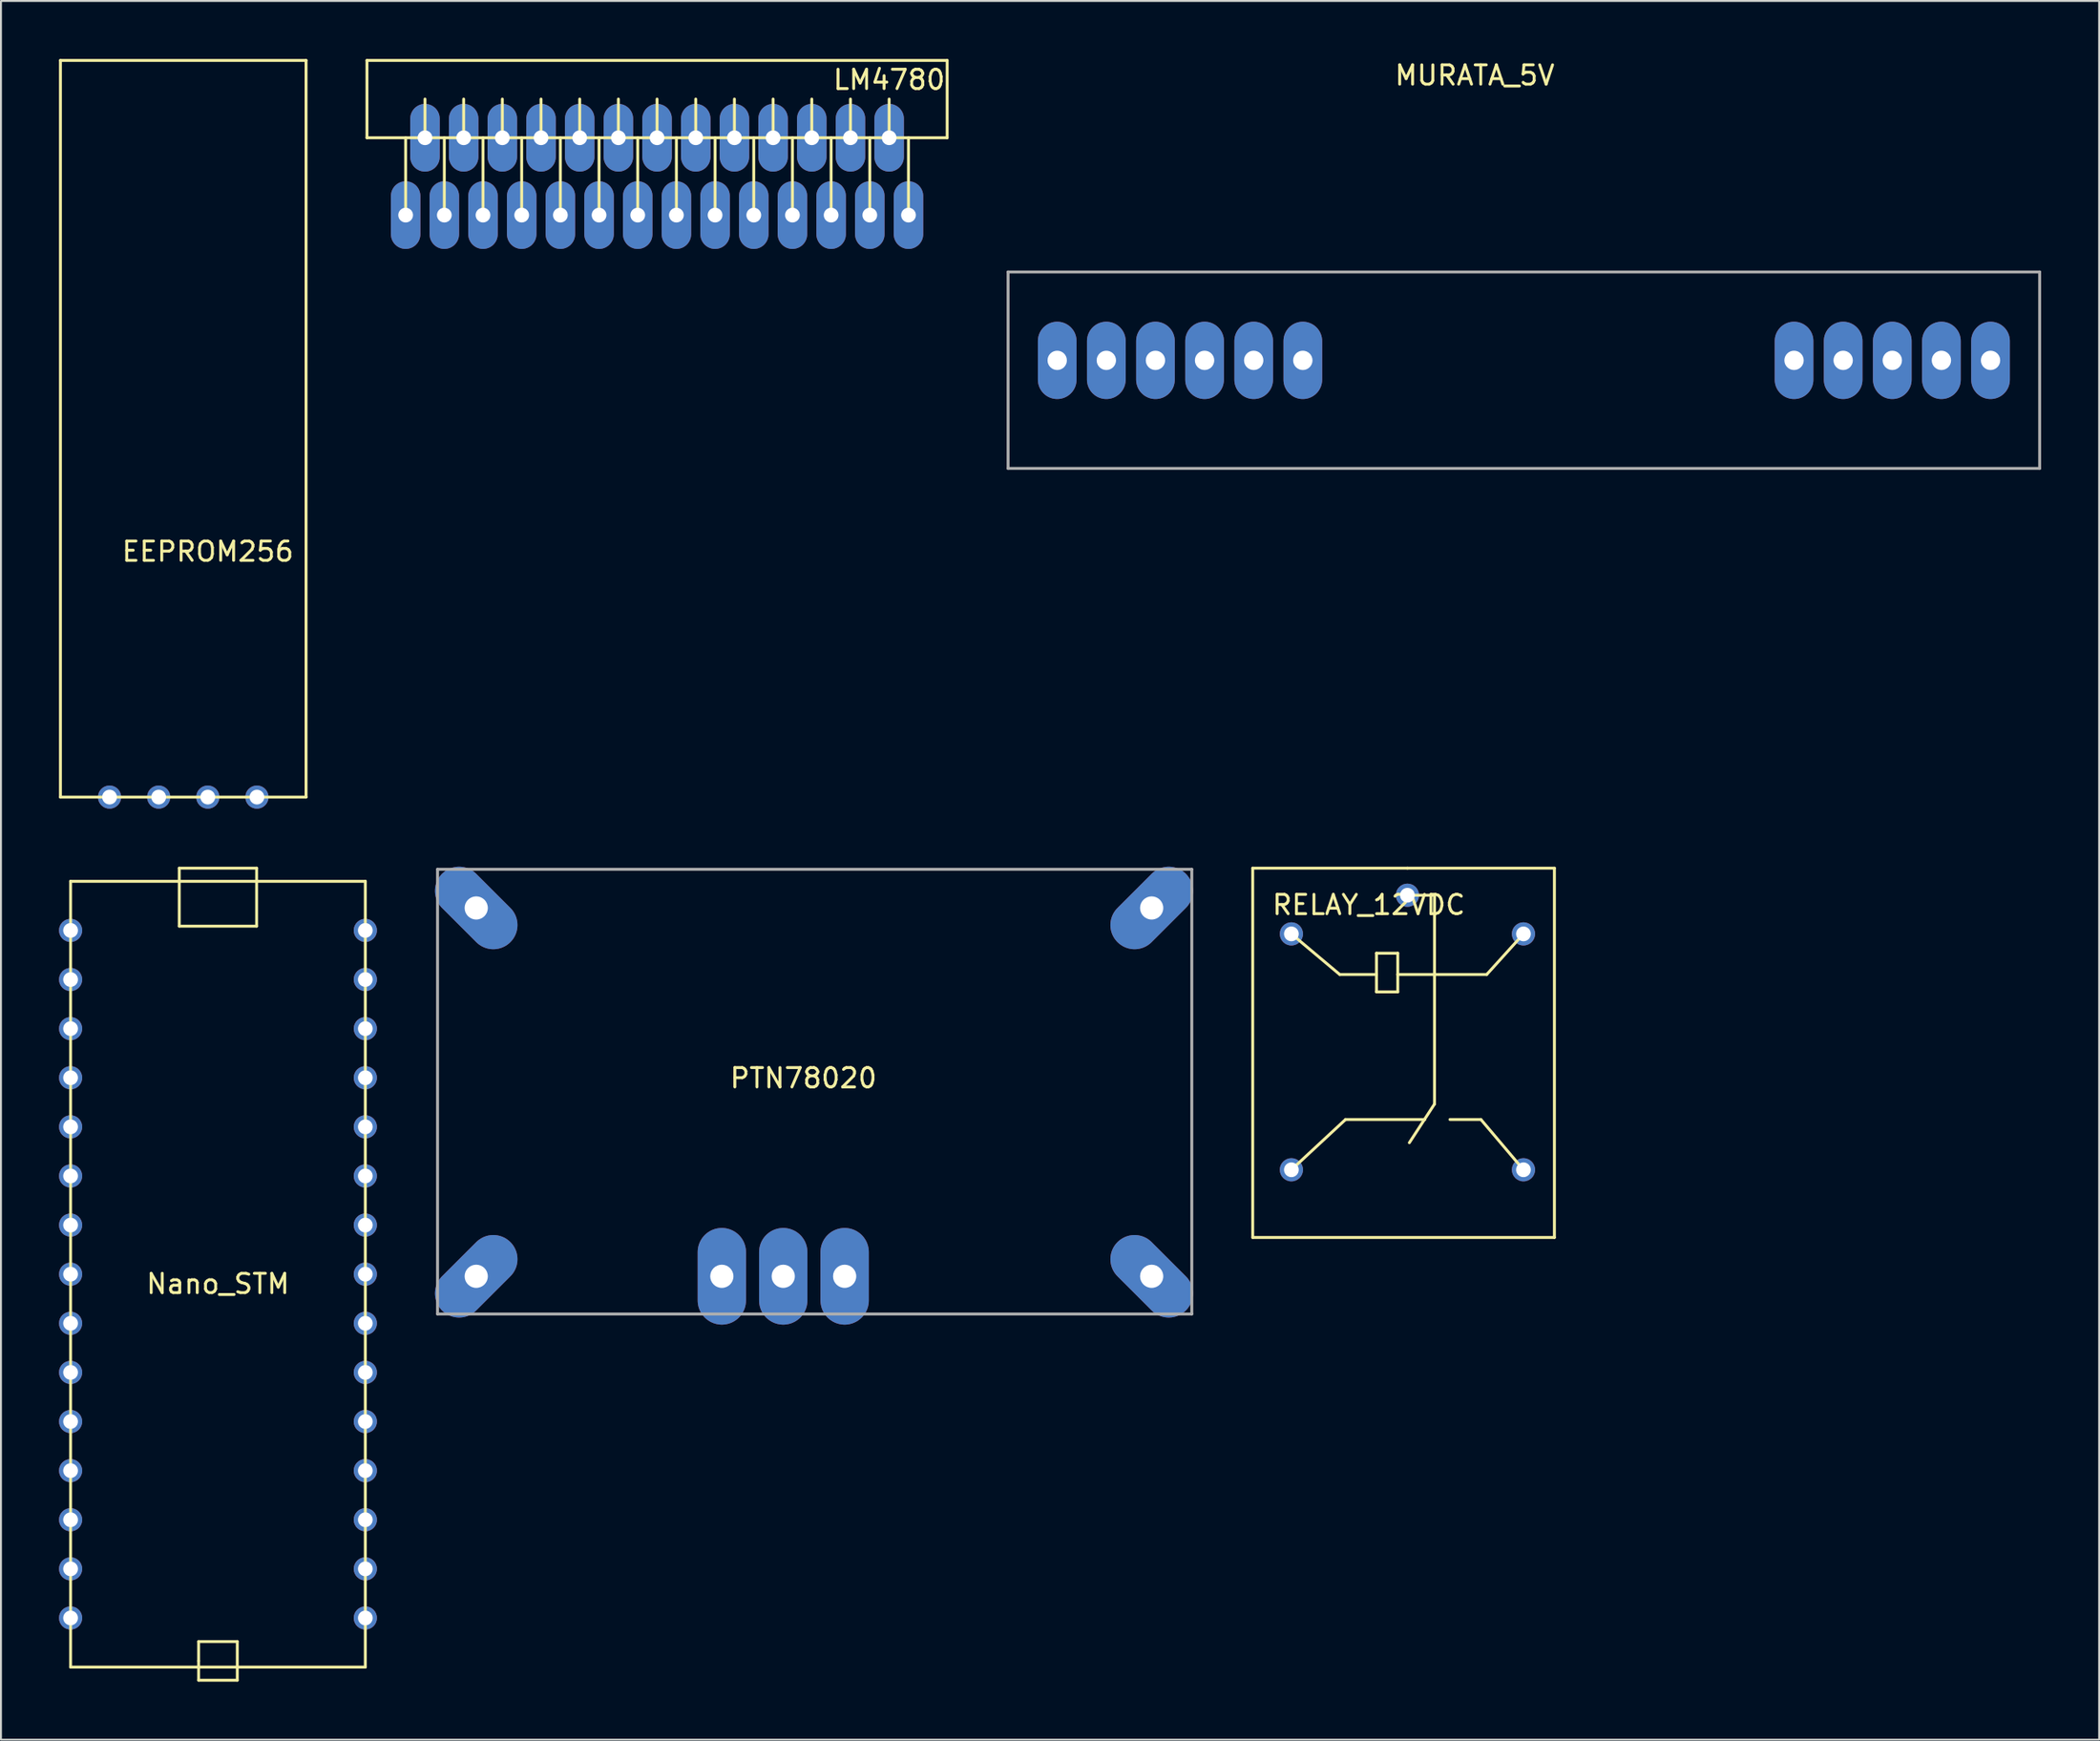
<source format=kicad_pcb>
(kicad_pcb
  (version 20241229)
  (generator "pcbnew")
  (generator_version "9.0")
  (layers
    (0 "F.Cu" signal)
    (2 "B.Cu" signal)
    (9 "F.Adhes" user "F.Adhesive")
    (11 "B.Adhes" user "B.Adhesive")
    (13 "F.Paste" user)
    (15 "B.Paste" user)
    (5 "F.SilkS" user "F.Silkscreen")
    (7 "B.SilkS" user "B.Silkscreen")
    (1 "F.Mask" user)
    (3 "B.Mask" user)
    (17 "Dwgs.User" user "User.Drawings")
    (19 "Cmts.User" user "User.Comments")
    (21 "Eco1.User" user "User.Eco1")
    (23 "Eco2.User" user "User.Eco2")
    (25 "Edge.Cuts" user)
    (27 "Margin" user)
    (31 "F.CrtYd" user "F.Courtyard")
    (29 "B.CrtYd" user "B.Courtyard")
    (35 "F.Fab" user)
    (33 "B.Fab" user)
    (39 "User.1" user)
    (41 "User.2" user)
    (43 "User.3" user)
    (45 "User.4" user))
  (footprint "RELAY_12VDC"
    (layer "F.Cu")
    (at 67.724 43.25)
    (property "Reference" "RELAY_12VDC" (at 0 0.5 0) (layer "F.SilkS") (effects (font (size 1 1) (thickness 0.15))))
    (attr through_hole)
    (fp_line (start -6 -1.4) (end 2 -1.4) (stroke (width 0.15) (type solid)) (layer "F.SilkS"))
    (fp_line (start -6 17.7) (end -6 -1.4) (stroke (width 0.15) (type solid)) (layer "F.SilkS"))
    (fp_line (start -4 2) (end -1.5 4.1) (stroke (width 0.15) (type solid)) (layer "F.SilkS"))
    (fp_line (start -1.5 4.1) (end 0.4 4.1) (stroke (width 0.15) (type solid)) (layer "F.SilkS"))
    (fp_line (start -1.2 11.6) (end -4 14.2) (stroke (width 0.15) (type solid)) (layer "F.SilkS"))
    (fp_line (start 0.4 3) (end 1.5 3) (stroke (width 0.15) (type solid)) (layer "F.SilkS"))
    (fp_line (start 0.4 4.1) (end 0.4 3) (stroke (width 0.15) (type solid)) (layer "F.SilkS"))
    (fp_line (start 0.4 4.1) (end 0.4 5) (stroke (width 0.15) (type solid)) (layer "F.SilkS"))
    (fp_line (start 0.4 5) (end 1.5 5) (stroke (width 0.15) (type solid)) (layer "F.SilkS"))
    (fp_line (start 1.5 3) (end 1.5 4.1) (stroke (width 0.15) (type solid)) (layer "F.SilkS"))
    (fp_line (start 1.5 4.1) (end 6.1 4.1) (stroke (width 0.15) (type solid)) (layer "F.SilkS"))
    (fp_line (start 1.5 5) (end 1.5 4.1) (stroke (width 0.15) (type solid)) (layer "F.SilkS"))
    (fp_line (start 2 -1.4) (end 9.6 -1.4) (stroke (width 0.15) (type solid)) (layer "F.SilkS"))
    (fp_line (start 2 0) (end 3.4 0) (stroke (width 0.15) (type solid)) (layer "F.SilkS"))
    (fp_line (start 2.9 11.6) (end -1.2 11.6) (stroke (width 0.15) (type solid)) (layer "F.SilkS"))
    (fp_line (start 3.4 0) (end 3.4 10.8) (stroke (width 0.15) (type solid)) (layer "F.SilkS"))
    (fp_line (start 3.4 10.8) (end 2.1 12.8) (stroke (width 0.15) (type solid)) (layer "F.SilkS"))
    (fp_line (start 4.2 11.6) (end 5.8 11.6) (stroke (width 0.15) (type solid)) (layer "F.SilkS"))
    (fp_line (start 5.8 11.6) (end 8 14.2) (stroke (width 0.15) (type solid)) (layer "F.SilkS"))
    (fp_line (start 6.1 4.1) (end 8 2) (stroke (width 0.15) (type solid)) (layer "F.SilkS"))
    (fp_line (start 9.6 -1.4) (end 9.6 17.7) (stroke (width 0.15) (type solid)) (layer "F.SilkS"))
    (fp_line (start 9.6 17.7) (end -6 17.7) (stroke (width 0.15) (type solid)) (layer "F.SilkS"))
    (pad "1" thru_hole circle (at -4 2) (size 1.2 1.2) (drill 0.762) (layers "*.Cu" "*.Mask"))
    (pad "2" thru_hole circle (at 8 2) (size 1.2 1.2) (drill 0.762) (layers "*.Cu" "*.Mask"))
    (pad "3" thru_hole circle (at 2 0) (size 1.2 1.2) (drill 0.762) (layers "*.Cu" "*.Mask"))
    (pad "4" thru_hole circle (at -4 14.2) (size 1.2 1.2) (drill 0.762) (layers "*.Cu" "*.Mask"))
    (pad "5" thru_hole circle (at 8 14.2) (size 1.2 1.2) (drill 0.762) (layers "*.Cu" "*.Mask")))
  (footprint "MURATA_5V"
    (layer "F.Cu")
    (at 74.475 15.588)
    (property "Reference" "MURATA_5V" (at -1.27 -14.74 0) (layer "F.SilkS") (effects (font (size 1 1) (thickness 0.15))))
    (attr through_hole)
    (fp_line (start -25.4 -4.572) (end 27.94 -4.572) (stroke (width 0.15) (type solid)) (layer "F.Fab"))
    (fp_line (start -25.4 5.588) (end -25.4 -4.572) (stroke (width 0.15) (type solid)) (layer "F.Fab"))
    (fp_line (start 27.94 -4.572) (end 27.94 5.588) (stroke (width 0.15) (type solid)) (layer "F.Fab"))
    (fp_line (start 27.94 5.588) (end -25.4 5.588) (stroke (width 0.15) (type solid)) (layer "F.Fab"))
    (pad "1" thru_hole oval (at 25.4 0) (size 2 4) (drill 1) (layers "*.Cu" "*.Mask"))
    (pad "2" thru_hole oval (at 22.86 0) (size 2 4) (drill 1) (layers "*.Cu" "*.Mask"))
    (pad "3" thru_hole oval (at 20.32 0) (size 2 4) (drill 1) (layers "*.Cu" "*.Mask"))
    (pad "4" thru_hole oval (at 17.78 0) (size 2 4) (drill 1) (layers "*.Cu" "*.Mask"))
    (pad "5" thru_hole oval (at 15.24 0) (size 2 4) (drill 1) (layers "*.Cu" "*.Mask"))
    (pad "6" thru_hole oval (at -10.16 0) (size 2 4) (drill 1) (layers "*.Cu" "*.Mask"))
    (pad "7" thru_hole oval (at -12.7 0) (size 2 4) (drill 1) (layers "*.Cu" "*.Mask"))
    (pad "8" thru_hole oval (at -15.24 0) (size 2 4) (drill 1) (layers "*.Cu" "*.Mask"))
    (pad "9" thru_hole oval (at -17.78 0) (size 2 4) (drill 1) (layers "*.Cu" "*.Mask"))
    (pad "10" thru_hole oval (at -20.32 0) (size 2 4) (drill 1) (layers "*.Cu" "*.Mask"))
    (pad "11" thru_hole oval (at -22.86 0) (size 2 4) (drill 1) (layers "*.Cu" "*.Mask")))
  (footprint "PTN78020"
    (layer "F.Cu")
    (at 21.574 43.909)
    (property "Reference" "PTN78020" (at 16.92 8.8 0) (layer "F.SilkS") (effects (font (size 1 1) (thickness 0.15))))
    (attr through_hole)
    (fp_line (start -2 -2) (end 37 -2) (stroke (width 0.15) (type solid)) (layer "F.Fab"))
    (fp_line (start -2 21) (end -2 -2) (stroke (width 0.15) (type solid)) (layer "F.Fab"))
    (fp_line (start 37 -2) (end 37 21) (stroke (width 0.15) (type solid)) (layer "F.Fab"))
    (fp_line (start 37 21) (end -2 21) (stroke (width 0.15) (type solid)) (layer "F.Fab"))
    (pad "1" thru_hole oval (at 0 0 45) (size 2.5 5) (drill 1.2) (layers "*.Cu" "*.Mask"))
    (pad "2" thru_hole oval (at 0 19.05 315) (size 2.5 5) (drill 1.2) (layers "*.Cu" "*.Mask"))
    (pad "3" thru_hole oval (at 12.7 19.05) (size 2.5 5) (drill 1.2) (layers "*.Cu" "*.Mask"))
    (pad "4" thru_hole oval (at 15.875 19.05) (size 2.5 5) (drill 1.2) (layers "*.Cu" "*.Mask"))
    (pad "5" thru_hole oval (at 19.05 19.05) (size 2.5 5) (drill 1.2) (layers "*.Cu" "*.Mask"))
    (pad "6" thru_hole oval (at 34.925 19.05 45) (size 2.5 5) (drill 1.2) (layers "*.Cu" "*.Mask"))
    (pad "7" thru_hole oval (at 34.925 0 315) (size 2.5 5) (drill 1.2) (layers "*.Cu" "*.Mask")))
  (footprint "EEPROM256"
    (layer "F.Cu")
    (at 7.695 33.095)
    (property "Reference" "EEPROM256" (at 0 -7.62 0) (layer "F.SilkS") (effects (font (size 1 1) (thickness 0.15))))
    (attr through_hole)
    (fp_line (start -7.62 -33.02) (end -7.62 5.08) (stroke (width 0.15) (type solid)) (layer "F.SilkS"))
    (fp_line (start -7.62 5.08) (end 5.08 5.08) (stroke (width 0.15) (type solid)) (layer "F.SilkS"))
    (fp_line (start 5.08 -33.02) (end -7.62 -33.02) (stroke (width 0.15) (type solid)) (layer "F.SilkS"))
    (fp_line (start 5.08 5.08) (end 5.08 -33.02) (stroke (width 0.15) (type solid)) (layer "F.SilkS"))
    (pad "1" thru_hole circle (at -5.08 5.08) (size 1.2 1.2) (drill 0.762) (layers "*.Cu" "*.Mask"))
    (pad "2" thru_hole circle (at -2.54 5.08) (size 1.2 1.2) (drill 0.762) (layers "*.Cu" "*.Mask"))
    (pad "3" thru_hole circle (at 0 5.08) (size 1.2 1.2) (drill 0.762) (layers "*.Cu" "*.Mask"))
    (pad "4" thru_hole circle (at 2.54 5.08) (size 1.2 1.2) (drill 0.762) (layers "*.Cu" "*.Mask")))
  (footprint "Nano_STM"
    (layer "F.Cu")
    (at 8.22 62.85)
    (property "Reference" "Nano_STM" (at 0 0.5 0) (layer "F.SilkS") (effects (font (size 1 1) (thickness 0.15))))
    (attr through_hole)
    (fp_line (start -7.62 -20.32) (end 7.62 -20.32) (stroke (width 0.15) (type solid)) (layer "F.SilkS"))
    (fp_line (start -7.62 20.32) (end -7.62 -20.32) (stroke (width 0.15) (type solid)) (layer "F.SilkS"))
    (fp_line (start -2 -21) (end -2 -18) (stroke (width 0.15) (type solid)) (layer "F.SilkS"))
    (fp_line (start -2 -18) (end 2 -18) (stroke (width 0.15) (type solid)) (layer "F.SilkS"))
    (fp_line (start -1 19) (end -1 20) (stroke (width 0.15) (type solid)) (layer "F.SilkS"))
    (fp_line (start -1 20) (end -1 21) (stroke (width 0.15) (type solid)) (layer "F.SilkS"))
    (fp_line (start -1 21) (end 1 21) (stroke (width 0.15) (type solid)) (layer "F.SilkS"))
    (fp_line (start 1 19) (end -1 19) (stroke (width 0.15) (type solid)) (layer "F.SilkS"))
    (fp_line (start 1 21) (end 1 19) (stroke (width 0.15) (type solid)) (layer "F.SilkS"))
    (fp_line (start 2 -21) (end -2 -21) (stroke (width 0.15) (type solid)) (layer "F.SilkS"))
    (fp_line (start 2 -18) (end 2 -21) (stroke (width 0.15) (type solid)) (layer "F.SilkS"))
    (fp_line (start 7.62 -20.32) (end 7.62 20.32) (stroke (width 0.15) (type solid)) (layer "F.SilkS"))
    (fp_line (start 7.62 20.32) (end -7.62 20.32) (stroke (width 0.15) (type solid)) (layer "F.SilkS"))
    (pad "1" thru_hole circle (at -7.62 -17.78) (size 1.2 1.2) (drill 0.762) (layers "*.Cu" "*.Mask"))
    (pad "2" thru_hole circle (at -7.62 -15.24) (size 1.2 1.2) (drill 0.762) (layers "*.Cu" "*.Mask"))
    (pad "3" thru_hole circle (at -7.62 -12.7) (size 1.2 1.2) (drill 0.762) (layers "*.Cu" "*.Mask"))
    (pad "4" thru_hole circle (at -7.62 -10.16) (size 1.2 1.2) (drill 0.762) (layers "*.Cu" "*.Mask"))
    (pad "5" thru_hole circle (at -7.62 -7.62) (size 1.2 1.2) (drill 0.762) (layers "*.Cu" "*.Mask"))
    (pad "6" thru_hole circle (at -7.62 -5.08) (size 1.2 1.2) (drill 0.762) (layers "*.Cu" "*.Mask"))
    (pad "7" thru_hole circle (at -7.62 -2.54) (size 1.2 1.2) (drill 0.762) (layers "*.Cu" "*.Mask"))
    (pad "8" thru_hole circle (at -7.62 0) (size 1.2 1.2) (drill 0.762) (layers "*.Cu" "*.Mask"))
    (pad "9" thru_hole circle (at -7.62 2.54) (size 1.2 1.2) (drill 0.762) (layers "*.Cu" "*.Mask"))
    (pad "10" thru_hole circle (at -7.62 5.08) (size 1.2 1.2) (drill 0.762) (layers "*.Cu" "*.Mask"))
    (pad "11" thru_hole circle (at -7.62 7.62) (size 1.2 1.2) (drill 0.762) (layers "*.Cu" "*.Mask"))
    (pad "12" thru_hole circle (at -7.62 10.16) (size 1.2 1.2) (drill 0.762) (layers "*.Cu" "*.Mask"))
    (pad "13" thru_hole circle (at -7.62 12.7) (size 1.2 1.2) (drill 0.762) (layers "*.Cu" "*.Mask"))
    (pad "14" thru_hole circle (at -7.62 15.24) (size 1.2 1.2) (drill 0.762) (layers "*.Cu" "*.Mask"))
    (pad "15" thru_hole circle (at -7.62 17.78) (size 1.2 1.2) (drill 0.762) (layers "*.Cu" "*.Mask"))
    (pad "16" thru_hole circle (at 7.62 17.78) (size 1.2 1.2) (drill 0.762) (layers "*.Cu" "*.Mask"))
    (pad "17" thru_hole circle (at 7.62 15.24) (size 1.2 1.2) (drill 0.762) (layers "*.Cu" "*.Mask"))
    (pad "18" thru_hole circle (at 7.62 12.7) (size 1.2 1.2) (drill 0.762) (layers "*.Cu" "*.Mask"))
    (pad "19" thru_hole circle (at 7.62 10.16) (size 1.2 1.2) (drill 0.762) (layers "*.Cu" "*.Mask"))
    (pad "20" thru_hole circle (at 7.62 7.62) (size 1.2 1.2) (drill 0.762) (layers "*.Cu" "*.Mask"))
    (pad "21" thru_hole circle (at 7.62 5.08) (size 1.2 1.2) (drill 0.762) (layers "*.Cu" "*.Mask"))
    (pad "22" thru_hole circle (at 7.62 2.54) (size 1.2 1.2) (drill 0.762) (layers "*.Cu" "*.Mask"))
    (pad "23" thru_hole circle (at 7.62 0) (size 1.2 1.2) (drill 0.762) (layers "*.Cu" "*.Mask"))
    (pad "24" thru_hole circle (at 7.62 -2.54) (size 1.2 1.2) (drill 0.762) (layers "*.Cu" "*.Mask"))
    (pad "25" thru_hole circle (at 7.62 -5.08) (size 1.2 1.2) (drill 0.762) (layers "*.Cu" "*.Mask"))
    (pad "26" thru_hole circle (at 7.62 -7.62) (size 1.2 1.2) (drill 0.762) (layers "*.Cu" "*.Mask"))
    (pad "27" thru_hole circle (at 7.62 -10.16) (size 1.2 1.2) (drill 0.762) (layers "*.Cu" "*.Mask"))
    (pad "28" thru_hole circle (at 7.62 -12.7) (size 1.2 1.2) (drill 0.762) (layers "*.Cu" "*.Mask"))
    (pad "29" thru_hole circle (at 7.62 -15.24) (size 1.2 1.2) (drill 0.762) (layers "*.Cu" "*.Mask"))
    (pad "30" thru_hole circle (at 7.62 -17.78) (size 1.2 1.2) (drill 0.762) (layers "*.Cu" "*.Mask")))
  (footprint "LM4780"
    (layer "F.Cu")
    (at 30.925 4.075)
    (property "Reference" "LM4780" (at 12 -3 0) (layer "F.SilkS") (effects (font (size 1 1) (thickness 0.15))))
    (attr through_hole)
    (fp_line (start -15 -4) (end 15 -4) (stroke (width 0.15) (type solid)) (layer "F.SilkS"))
    (fp_line (start -15 0) (end -15 -4) (stroke (width 0.15) (type solid)) (layer "F.SilkS"))
    (fp_line (start -13 4) (end -13 0) (stroke (width 0.15) (type solid)) (layer "F.SilkS"))
    (fp_line (start -12 0) (end -12 -2) (stroke (width 0.15) (type solid)) (layer "F.SilkS"))
    (fp_line (start -11 4) (end -11 0) (stroke (width 0.15) (type solid)) (layer "F.SilkS"))
    (fp_line (start -10 0) (end -10 -2) (stroke (width 0.15) (type solid)) (layer "F.SilkS"))
    (fp_line (start -9 4) (end -9 0) (stroke (width 0.15) (type solid)) (layer "F.SilkS"))
    (fp_line (start -8 0) (end -8 -2) (stroke (width 0.15) (type solid)) (layer "F.SilkS"))
    (fp_line (start -7 4) (end -7 0) (stroke (width 0.15) (type solid)) (layer "F.SilkS"))
    (fp_line (start -6 0) (end -6 -2) (stroke (width 0.15) (type solid)) (layer "F.SilkS"))
    (fp_line (start -5 4) (end -5 0) (stroke (width 0.15) (type solid)) (layer "F.SilkS"))
    (fp_line (start -4 0) (end -4 -2) (stroke (width 0.15) (type solid)) (layer "F.SilkS"))
    (fp_line (start -3 4) (end -3 0) (stroke (width 0.15) (type solid)) (layer "F.SilkS"))
    (fp_line (start -2 0) (end -2 -2) (stroke (width 0.15) (type solid)) (layer "F.SilkS"))
    (fp_line (start -1 4) (end -1 0) (stroke (width 0.15) (type solid)) (layer "F.SilkS"))
    (fp_line (start 0 0) (end 0 -2) (stroke (width 0.15) (type solid)) (layer "F.SilkS"))
    (fp_line (start 1 4) (end 1 0) (stroke (width 0.15) (type solid)) (layer "F.SilkS"))
    (fp_line (start 2 0) (end 2 -2) (stroke (width 0.15) (type solid)) (layer "F.SilkS"))
    (fp_line (start 3 4) (end 3 0) (stroke (width 0.15) (type solid)) (layer "F.SilkS"))
    (fp_line (start 4 0) (end 4 -2) (stroke (width 0.15) (type solid)) (layer "F.SilkS"))
    (fp_line (start 5 4) (end 5 0) (stroke (width 0.15) (type solid)) (layer "F.SilkS"))
    (fp_line (start 6 0) (end 6 -2) (stroke (width 0.15) (type solid)) (layer "F.SilkS"))
    (fp_line (start 7 4) (end 7 0) (stroke (width 0.15) (type solid)) (layer "F.SilkS"))
    (fp_line (start 8 0) (end 8 -2) (stroke (width 0.15) (type solid)) (layer "F.SilkS"))
    (fp_line (start 9 4) (end 9 0) (stroke (width 0.15) (type solid)) (layer "F.SilkS"))
    (fp_line (start 10 0) (end 10 -2) (stroke (width 0.15) (type solid)) (layer "F.SilkS"))
    (fp_line (start 11 4) (end 11 0) (stroke (width 0.15) (type solid)) (layer "F.SilkS"))
    (fp_line (start 12 0) (end 12 -2) (stroke (width 0.15) (type solid)) (layer "F.SilkS"))
    (fp_line (start 13 4) (end 13 0) (stroke (width 0.15) (type solid)) (layer "F.SilkS"))
    (fp_line (start 15 -4) (end 15 0) (stroke (width 0.15) (type solid)) (layer "F.SilkS"))
    (fp_line (start 15 0) (end -15 0) (stroke (width 0.15) (type solid)) (layer "F.SilkS"))
    (pad "1" thru_hole oval (at -13 4) (size 1.524 3.5) (drill 0.762) (layers "*.Cu" "*.Mask"))
    (pad "2" thru_hole oval (at -12 0) (size 1.524 3.5) (drill 0.762) (layers "*.Cu" "*.Mask"))
    (pad "3" thru_hole oval (at -11 4) (size 1.524 3.5) (drill 0.762) (layers "*.Cu" "*.Mask"))
    (pad "4" thru_hole oval (at -10 0) (size 1.524 3.5) (drill 0.762) (layers "*.Cu" "*.Mask"))
    (pad "5" thru_hole oval (at -9 4) (size 1.524 3.5) (drill 0.762) (layers "*.Cu" "*.Mask"))
    (pad "6" thru_hole oval (at -8 0) (size 1.524 3.5) (drill 0.762) (layers "*.Cu" "*.Mask"))
    (pad "7" thru_hole oval (at -7 4) (size 1.524 3.5) (drill 0.762) (layers "*.Cu" "*.Mask"))
    (pad "8" thru_hole oval (at -6 0) (size 1.524 3.5) (drill 0.762) (layers "*.Cu" "*.Mask"))
    (pad "9" thru_hole oval (at -5 4) (size 1.524 3.5) (drill 0.762) (layers "*.Cu" "*.Mask"))
    (pad "10" thru_hole oval (at -4 0) (size 1.524 3.5) (drill 0.762) (layers "*.Cu" "*.Mask"))
    (pad "11" thru_hole oval (at -3 4) (size 1.524 3.5) (drill 0.762) (layers "*.Cu" "*.Mask"))
    (pad "12" thru_hole oval (at -2 0) (size 1.524 3.5) (drill 0.762) (layers "*.Cu" "*.Mask"))
    (pad "13" thru_hole oval (at -1 4) (size 1.524 3.5) (drill 0.762) (layers "*.Cu" "*.Mask"))
    (pad "14" thru_hole oval (at 0 0) (size 1.524 3.5) (drill 0.762) (layers "*.Cu" "*.Mask"))
    (pad "15" thru_hole oval (at 1 4) (size 1.524 3.5) (drill 0.762) (layers "*.Cu" "*.Mask"))
    (pad "16" thru_hole oval (at 2 0) (size 1.524 3.5) (drill 0.762) (layers "*.Cu" "*.Mask"))
    (pad "17" thru_hole oval (at 3 4) (size 1.524 3.5) (drill 0.762) (layers "*.Cu" "*.Mask"))
    (pad "18" thru_hole oval (at 4 0) (size 1.524 3.5) (drill 0.762) (layers "*.Cu" "*.Mask"))
    (pad "19" thru_hole oval (at 5 4) (size 1.524 3.5) (drill 0.762) (layers "*.Cu" "*.Mask"))
    (pad "20" thru_hole oval (at 6 0) (size 1.524 3.5) (drill 0.762) (layers "*.Cu" "*.Mask"))
    (pad "21" thru_hole oval (at 7 4) (size 1.524 3.5) (drill 0.762) (layers "*.Cu" "*.Mask"))
    (pad "22" thru_hole oval (at 8 0) (size 1.524 3.5) (drill 0.762) (layers "*.Cu" "*.Mask"))
    (pad "23" thru_hole oval (at 9 4) (size 1.524 3.5) (drill 0.762) (layers "*.Cu" "*.Mask"))
    (pad "24" thru_hole oval (at 10 0) (size 1.524 3.5) (drill 0.762) (layers "*.Cu" "*.Mask"))
    (pad "25" thru_hole oval (at 11 4) (size 1.524 3.5) (drill 0.762) (layers "*.Cu" "*.Mask"))
    (pad "26" thru_hole oval (at 12 0) (size 1.524 3.5) (drill 0.762) (layers "*.Cu" "*.Mask"))
    (pad "27" thru_hole oval (at 13 4) (size 1.524 3.5) (drill 0.762) (layers "*.Cu" "*.Mask")))
  (gr_rect
    (start -3 -3)
    (end 105.49 86.925)
    (stroke (width 0.1) (type default))
    (fill no)
    (layer "Edge.Cuts")))
</source>
